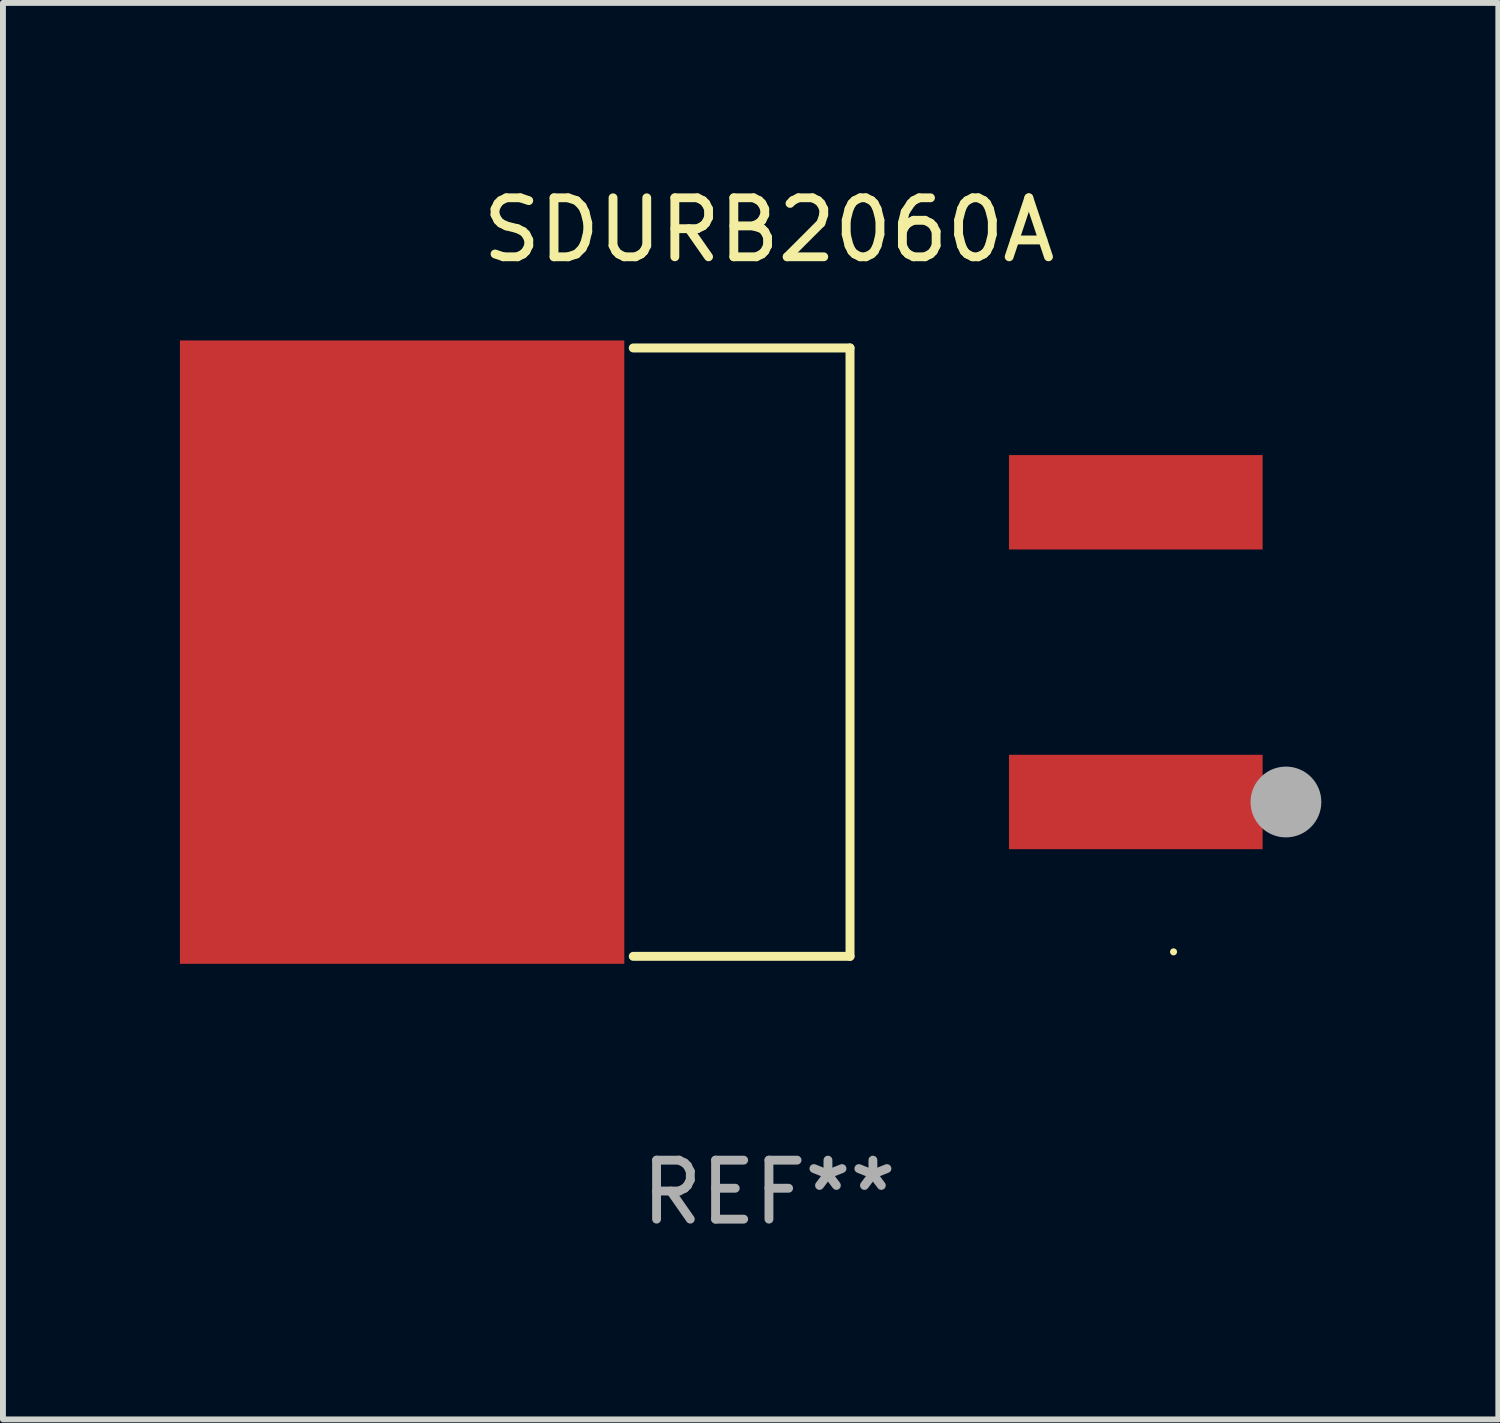
<source format=kicad_pcb>
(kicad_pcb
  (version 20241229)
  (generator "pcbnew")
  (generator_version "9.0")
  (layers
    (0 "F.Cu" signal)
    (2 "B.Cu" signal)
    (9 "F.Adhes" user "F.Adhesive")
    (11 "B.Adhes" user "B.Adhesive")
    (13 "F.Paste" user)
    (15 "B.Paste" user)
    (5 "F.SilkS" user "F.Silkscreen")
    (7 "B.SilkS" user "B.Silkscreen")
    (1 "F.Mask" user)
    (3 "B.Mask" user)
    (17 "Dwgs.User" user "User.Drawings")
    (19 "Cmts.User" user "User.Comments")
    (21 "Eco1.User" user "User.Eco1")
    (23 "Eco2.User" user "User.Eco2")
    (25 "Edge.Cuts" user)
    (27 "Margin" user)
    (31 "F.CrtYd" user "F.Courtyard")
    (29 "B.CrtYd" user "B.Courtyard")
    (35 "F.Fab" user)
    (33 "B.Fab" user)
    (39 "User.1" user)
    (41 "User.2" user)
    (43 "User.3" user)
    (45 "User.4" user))
  (footprint "SDURB2060A"
    (layer "F.Cu")
    (at 9.984 8.004)
    (property "Reference" "SDURB2060A" (at 0 -7.156 0) (layer "F.SilkS") (effects (font (size 1 1) (thickness 0.15))))
    (attr through_hole)
    (fp_line (start -2.3 -5.156) (end 1.374 -5.156) (stroke (width 0.152) (type solid)) (layer "F.SilkS"))
    (fp_line (start -2.3 5.156) (end 1.374 5.156) (stroke (width 0.152) (type solid)) (layer "F.SilkS"))
    (fp_line (start 1.374 5.156) (end 1.374 -5.156) (stroke (width 0.152) (type solid)) (layer "F.SilkS"))
    (fp_circle (center 6.858 5.08) (end 6.888 5.08) (stroke (width 0.06) (type solid)) (fill no) (layer "F.SilkS"))
    (fp_circle (center 8.763 2.54) (end 9.063 2.54) (stroke (width 0.6) (type solid)) (fill no) (layer "F.Fab"))
    (fp_text user "REF**" (at 0 9.156 0) (layer "F.Fab") (effects (font (size 1 1) (thickness 0.15))))
    (pad "1" smd rect (at 6.218 2.54 180) (size 4.3 1.6) (layers "F.Cu" "F.Mask" "F.Paste"))
    (pad "2" smd rect (at -6.218 0 180) (size 7.532 10.566) (layers "F.Cu" "F.Mask" "F.Paste"))
    (pad "3" smd rect (at 6.218 -2.54 180) (size 4.3 1.6) (layers "F.Cu" "F.Mask" "F.Paste")))
  (gr_rect
    (start -3 -3)
    (end 22.347 21.009)
    (stroke (width 0.1) (type default))
    (fill no)
    (layer "Edge.Cuts")))
</source>
